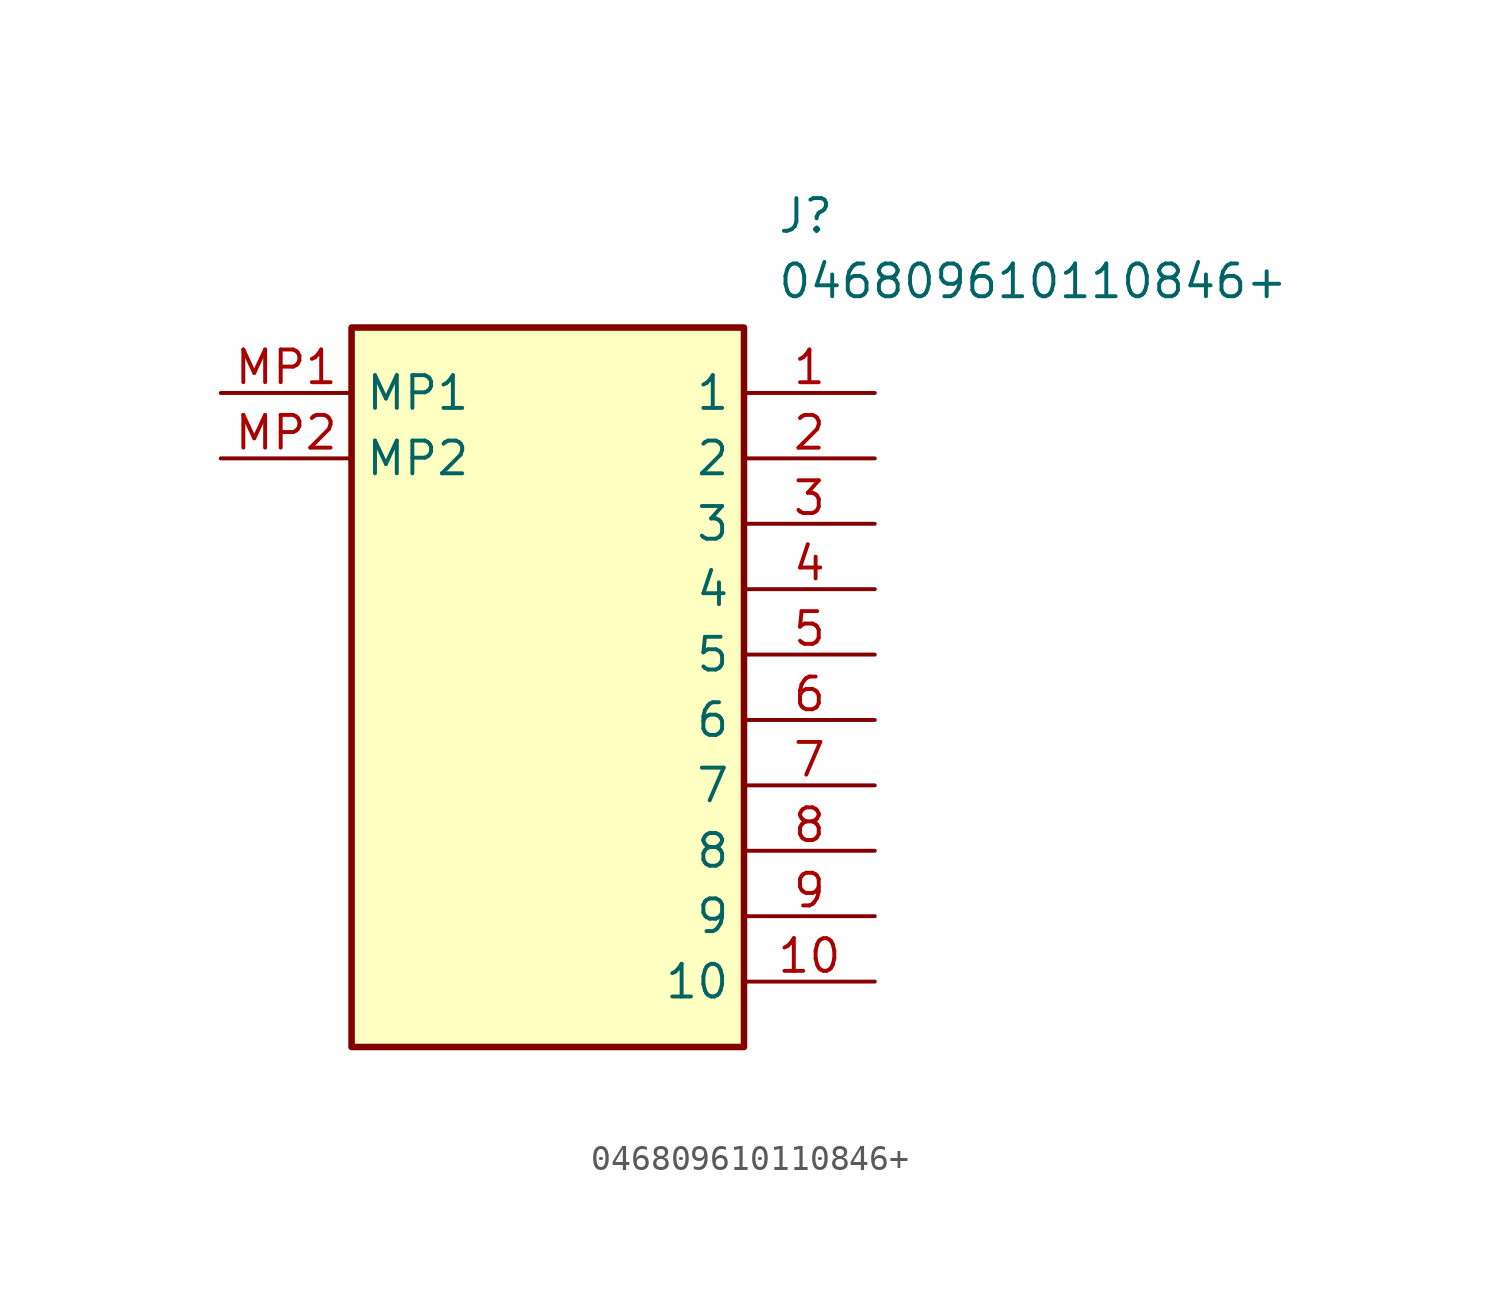
<source format=kicad_sym>
(kicad_symbol_lib
  (version 20211014)
  (generator SamacSys_ECAD_Model)
  (symbol "046809610110846+"
    (property "Reference" "J"
      (at 21.59 7.62 0)
      (effects (font (size 1.27 1.27)) (justify left top)))
    (property "Value" "046809610110846+"
      (at 21.59 5.08 0)
      (effects (font (size 1.27 1.27)) (justify left top)))
    (rectangle
      (start 5.08 2.54)
      (end 20.32 -25.4)
      (stroke (width 0.254) (type default))
      (fill (type background)))
    (pin passive line
      (at 25.4 0 180)
      (length 5.08)
      (name "1" (effects (font (size 1.27 1.27))))
      (number "1" (effects (font (size 1.27 1.27)))))
    (pin passive line
      (at 25.4 -2.54 180)
      (length 5.08)
      (name "2" (effects (font (size 1.27 1.27))))
      (number "2" (effects (font (size 1.27 1.27)))))
    (pin passive line
      (at 25.4 -5.08 180)
      (length 5.08)
      (name "3" (effects (font (size 1.27 1.27))))
      (number "3" (effects (font (size 1.27 1.27)))))
    (pin passive line
      (at 25.4 -7.62 180)
      (length 5.08)
      (name "4" (effects (font (size 1.27 1.27))))
      (number "4" (effects (font (size 1.27 1.27)))))
    (pin passive line
      (at 25.4 -10.16 180)
      (length 5.08)
      (name "5" (effects (font (size 1.27 1.27))))
      (number "5" (effects (font (size 1.27 1.27)))))
    (pin passive line
      (at 25.4 -12.7 180)
      (length 5.08)
      (name "6" (effects (font (size 1.27 1.27))))
      (number "6" (effects (font (size 1.27 1.27)))))
    (pin passive line
      (at 25.4 -15.24 180)
      (length 5.08)
      (name "7" (effects (font (size 1.27 1.27))))
      (number "7" (effects (font (size 1.27 1.27)))))
    (pin passive line
      (at 25.4 -17.78 180)
      (length 5.08)
      (name "8" (effects (font (size 1.27 1.27))))
      (number "8" (effects (font (size 1.27 1.27)))))
    (pin passive line
      (at 25.4 -20.32 180)
      (length 5.08)
      (name "9" (effects (font (size 1.27 1.27))))
      (number "9" (effects (font (size 1.27 1.27)))))
    (pin passive line
      (at 25.4 -22.86 180)
      (length 5.08)
      (name "10" (effects (font (size 1.27 1.27))))
      (number "10" (effects (font (size 1.27 1.27)))))
    (pin passive line
      (at 0 0 0)
      (length 5.08)
      (name "MP1" (effects (font (size 1.27 1.27))))
      (number "MP1" (effects (font (size 1.27 1.27)))))
    (pin passive line
      (at 0 -2.54 0)
      (length 5.08)
      (name "MP2" (effects (font (size 1.27 1.27))))
      (number "MP2" (effects (font (size 1.27 1.27)))))))
</source>
